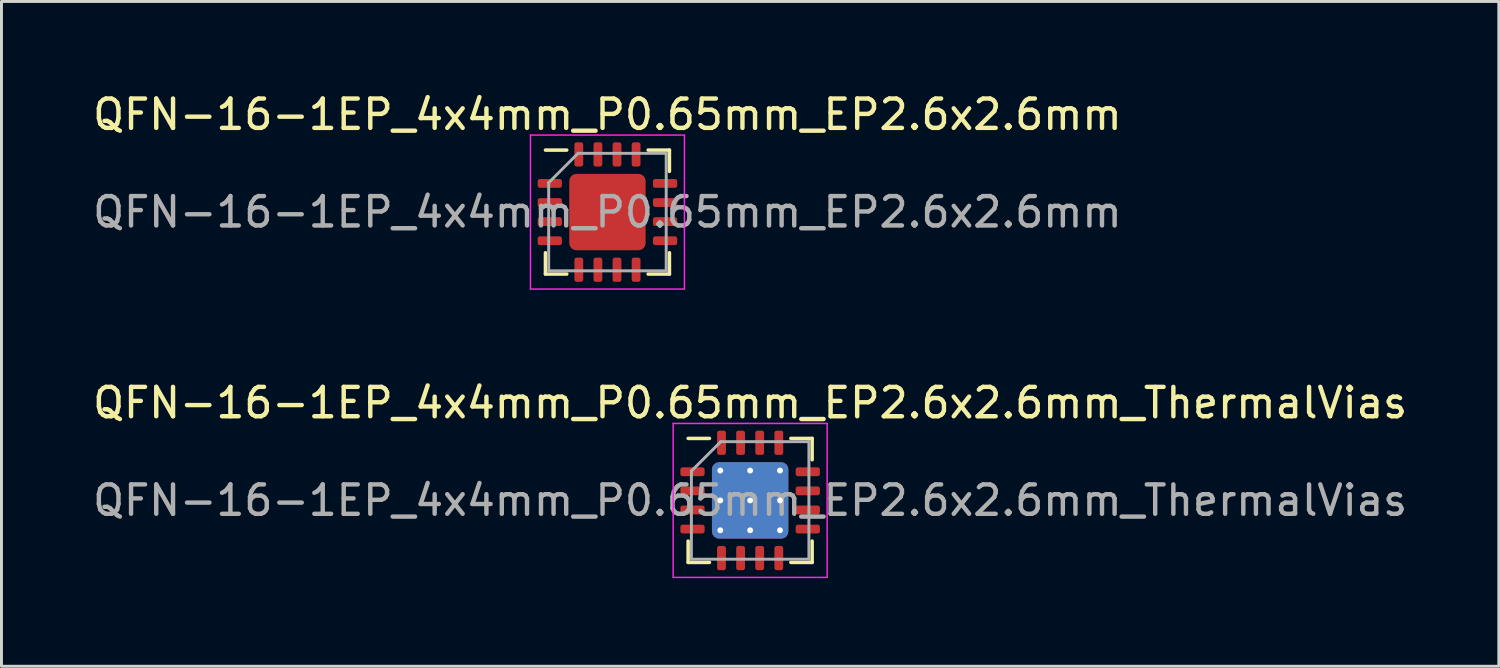
<source format=kicad_pcb>
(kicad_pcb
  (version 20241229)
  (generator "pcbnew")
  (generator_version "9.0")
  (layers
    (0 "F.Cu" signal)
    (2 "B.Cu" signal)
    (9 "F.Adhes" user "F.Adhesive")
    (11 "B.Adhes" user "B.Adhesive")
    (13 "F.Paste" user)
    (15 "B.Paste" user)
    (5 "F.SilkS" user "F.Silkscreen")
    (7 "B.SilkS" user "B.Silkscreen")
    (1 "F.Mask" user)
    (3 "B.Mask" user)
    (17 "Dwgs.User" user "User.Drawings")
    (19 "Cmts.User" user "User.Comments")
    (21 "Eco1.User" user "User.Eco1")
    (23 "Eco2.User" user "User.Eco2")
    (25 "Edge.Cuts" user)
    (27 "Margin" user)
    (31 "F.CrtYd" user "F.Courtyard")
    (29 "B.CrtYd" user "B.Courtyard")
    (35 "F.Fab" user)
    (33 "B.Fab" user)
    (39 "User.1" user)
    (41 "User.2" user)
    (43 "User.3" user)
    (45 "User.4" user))
  (footprint "QFN-16-1EP_4x4mm_P0.65mm_EP2.6x2.6mm_ThermalVias"
    (layer "F.Cu")
    (at 22.482 13.982)
    (property "Reference" "QFN-16-1EP_4x4mm_P0.65mm_EP2.6x2.6mm_ThermalVias" (at 0 -3.32 0) (layer "F.SilkS") (effects (font (size 1 1) (thickness 0.15))))
    (attr smd)
    (fp_line (start -2.11 2.11) (end -2.11 1.385) (stroke (width 0.12) (type solid)) (layer "F.SilkS"))
    (fp_line (start -1.385 -2.11) (end -2.11 -2.11) (stroke (width 0.12) (type solid)) (layer "F.SilkS"))
    (fp_line (start -1.385 2.11) (end -2.11 2.11) (stroke (width 0.12) (type solid)) (layer "F.SilkS"))
    (fp_line (start 1.385 -2.11) (end 2.11 -2.11) (stroke (width 0.12) (type solid)) (layer "F.SilkS"))
    (fp_line (start 1.385 2.11) (end 2.11 2.11) (stroke (width 0.12) (type solid)) (layer "F.SilkS"))
    (fp_line (start 2.11 -2.11) (end 2.11 -1.385) (stroke (width 0.12) (type solid)) (layer "F.SilkS"))
    (fp_line (start 2.11 2.11) (end 2.11 1.385) (stroke (width 0.12) (type solid)) (layer "F.SilkS"))
    (fp_line (start -2.62 -2.62) (end -2.62 2.62) (stroke (width 0.05) (type solid)) (layer "F.CrtYd"))
    (fp_line (start -2.62 2.62) (end 2.62 2.62) (stroke (width 0.05) (type solid)) (layer "F.CrtYd"))
    (fp_line (start 2.62 -2.62) (end -2.62 -2.62) (stroke (width 0.05) (type solid)) (layer "F.CrtYd"))
    (fp_line (start 2.62 2.62) (end 2.62 -2.62) (stroke (width 0.05) (type solid)) (layer "F.CrtYd"))
    (fp_line (start -2 -1) (end -1 -2) (stroke (width 0.1) (type solid)) (layer "F.Fab"))
    (fp_line (start -2 2) (end -2 -1) (stroke (width 0.1) (type solid)) (layer "F.Fab"))
    (fp_line (start -1 -2) (end 2 -2) (stroke (width 0.1) (type solid)) (layer "F.Fab"))
    (fp_line (start 2 -2) (end 2 2) (stroke (width 0.1) (type solid)) (layer "F.Fab"))
    (fp_line (start 2 2) (end -2 2) (stroke (width 0.1) (type solid)) (layer "F.Fab"))
    (fp_text user "${REFERENCE}" (at 0 0 0) (layer "F.Fab") (effects (font (size 1 1) (thickness 0.15))))
    (pad "" smd roundrect (at -0.675 -0.675) (size 1.17 1.17) (layers "F.Paste") (roundrect_rratio 0.214))
    (pad "" smd roundrect (at -0.675 0.675) (size 1.17 1.17) (layers "F.Paste") (roundrect_rratio 0.214))
    (pad "" smd roundrect (at 0.675 -0.675) (size 1.17 1.17) (layers "F.Paste") (roundrect_rratio 0.214))
    (pad "" smd roundrect (at 0.675 0.675) (size 1.17 1.17) (layers "F.Paste") (roundrect_rratio 0.214))
    (pad "1" smd roundrect (at -1.962 -0.975) (size 0.825 0.3) (layers "F.Cu" "F.Mask" "F.Paste") (roundrect_rratio 0.25))
    (pad "2" smd roundrect (at -1.962 -0.325) (size 0.825 0.3) (layers "F.Cu" "F.Mask" "F.Paste") (roundrect_rratio 0.25))
    (pad "3" smd roundrect (at -1.962 0.325) (size 0.825 0.3) (layers "F.Cu" "F.Mask" "F.Paste") (roundrect_rratio 0.25))
    (pad "4" smd roundrect (at -1.962 0.975) (size 0.825 0.3) (layers "F.Cu" "F.Mask" "F.Paste") (roundrect_rratio 0.25))
    (pad "5" smd roundrect (at -0.975 1.962) (size 0.3 0.825) (layers "F.Cu" "F.Mask" "F.Paste") (roundrect_rratio 0.25))
    (pad "6" smd roundrect (at -0.325 1.962) (size 0.3 0.825) (layers "F.Cu" "F.Mask" "F.Paste") (roundrect_rratio 0.25))
    (pad "7" smd roundrect (at 0.325 1.962) (size 0.3 0.825) (layers "F.Cu" "F.Mask" "F.Paste") (roundrect_rratio 0.25))
    (pad "8" smd roundrect (at 0.975 1.962) (size 0.3 0.825) (layers "F.Cu" "F.Mask" "F.Paste") (roundrect_rratio 0.25))
    (pad "9" smd roundrect (at 1.962 0.975) (size 0.825 0.3) (layers "F.Cu" "F.Mask" "F.Paste") (roundrect_rratio 0.25))
    (pad "10" smd roundrect (at 1.962 0.325) (size 0.825 0.3) (layers "F.Cu" "F.Mask" "F.Paste") (roundrect_rratio 0.25))
    (pad "11" smd roundrect (at 1.962 -0.325) (size 0.825 0.3) (layers "F.Cu" "F.Mask" "F.Paste") (roundrect_rratio 0.25))
    (pad "12" smd roundrect (at 1.962 -0.975) (size 0.825 0.3) (layers "F.Cu" "F.Mask" "F.Paste") (roundrect_rratio 0.25))
    (pad "13" smd roundrect (at 0.975 -1.962) (size 0.3 0.825) (layers "F.Cu" "F.Mask" "F.Paste") (roundrect_rratio 0.25))
    (pad "14" smd roundrect (at 0.325 -1.962) (size 0.3 0.825) (layers "F.Cu" "F.Mask" "F.Paste") (roundrect_rratio 0.25))
    (pad "15" smd roundrect (at -0.325 -1.962) (size 0.3 0.825) (layers "F.Cu" "F.Mask" "F.Paste") (roundrect_rratio 0.25))
    (pad "16" smd roundrect (at -0.975 -1.962) (size 0.3 0.825) (layers "F.Cu" "F.Mask" "F.Paste") (roundrect_rratio 0.25))
    (pad "17" thru_hole circle (at -1.016 -1.016) (size 0.5 0.5) (drill 0.2) (layers "*.Cu"))
    (pad "17" thru_hole circle (at -1.016 0) (size 0.5 0.5) (drill 0.2) (layers "*.Cu"))
    (pad "17" thru_hole circle (at -1.016 1.016) (size 0.5 0.5) (drill 0.2) (layers "*.Cu"))
    (pad "17" thru_hole circle (at 0 -1.016) (size 0.5 0.5) (drill 0.2) (layers "*.Cu"))
    (pad "17" thru_hole circle (at 0 0) (size 0.5 0.5) (drill 0.2) (layers "*.Cu"))
    (pad "17" smd roundrect (at 0 0) (size 2.6 2.6) (layers "F.Cu" "F.Mask") (roundrect_rratio 0.093))
    (pad "17" smd roundrect (at 0 0) (size 2.6 2.6) (layers "B.Cu") (roundrect_rratio 0.093))
    (pad "17" thru_hole circle (at 0 1.016) (size 0.5 0.5) (drill 0.2) (layers "*.Cu"))
    (pad "17" thru_hole circle (at 1.016 -1.016) (size 0.5 0.5) (drill 0.2) (layers "*.Cu"))
    (pad "17" thru_hole circle (at 1.016 0) (size 0.5 0.5) (drill 0.2) (layers "*.Cu"))
    (pad "17" thru_hole circle (at 1.016 1.016) (size 0.5 0.5) (drill 0.2) (layers "*.Cu")))
  (footprint "QFN-16-1EP_4x4mm_P0.65mm_EP2.6x2.6mm"
    (layer "F.Cu")
    (at 17.625 4.168)
    (property "Reference" "QFN-16-1EP_4x4mm_P0.65mm_EP2.6x2.6mm" (at 0 -3.32 0) (layer "F.SilkS") (effects (font (size 1 1) (thickness 0.15))))
    (attr smd)
    (fp_line (start -2.11 2.11) (end -2.11 1.385) (stroke (width 0.12) (type solid)) (layer "F.SilkS"))
    (fp_line (start -1.385 -2.11) (end -2.11 -2.11) (stroke (width 0.12) (type solid)) (layer "F.SilkS"))
    (fp_line (start -1.385 2.11) (end -2.11 2.11) (stroke (width 0.12) (type solid)) (layer "F.SilkS"))
    (fp_line (start 1.385 -2.11) (end 2.11 -2.11) (stroke (width 0.12) (type solid)) (layer "F.SilkS"))
    (fp_line (start 1.385 2.11) (end 2.11 2.11) (stroke (width 0.12) (type solid)) (layer "F.SilkS"))
    (fp_line (start 2.11 -2.11) (end 2.11 -1.385) (stroke (width 0.12) (type solid)) (layer "F.SilkS"))
    (fp_line (start 2.11 2.11) (end 2.11 1.385) (stroke (width 0.12) (type solid)) (layer "F.SilkS"))
    (fp_line (start -2.62 -2.62) (end -2.62 2.62) (stroke (width 0.05) (type solid)) (layer "F.CrtYd"))
    (fp_line (start -2.62 2.62) (end 2.62 2.62) (stroke (width 0.05) (type solid)) (layer "F.CrtYd"))
    (fp_line (start 2.62 -2.62) (end -2.62 -2.62) (stroke (width 0.05) (type solid)) (layer "F.CrtYd"))
    (fp_line (start 2.62 2.62) (end 2.62 -2.62) (stroke (width 0.05) (type solid)) (layer "F.CrtYd"))
    (fp_line (start -2 -1) (end -1 -2) (stroke (width 0.1) (type solid)) (layer "F.Fab"))
    (fp_line (start -2 2) (end -2 -1) (stroke (width 0.1) (type solid)) (layer "F.Fab"))
    (fp_line (start -1 -2) (end 2 -2) (stroke (width 0.1) (type solid)) (layer "F.Fab"))
    (fp_line (start 2 -2) (end 2 2) (stroke (width 0.1) (type solid)) (layer "F.Fab"))
    (fp_line (start 2 2) (end -2 2) (stroke (width 0.1) (type solid)) (layer "F.Fab"))
    (fp_text user "${REFERENCE}" (at 0 0 0) (layer "F.Fab") (effects (font (size 1 1) (thickness 0.15))))
    (pad "" smd roundrect (at -0.675 -0.675) (size 1.17 1.17) (layers "F.Paste") (roundrect_rratio 0.214))
    (pad "" smd roundrect (at -0.675 0.675) (size 1.17 1.17) (layers "F.Paste") (roundrect_rratio 0.214))
    (pad "" smd roundrect (at 0.675 -0.675) (size 1.17 1.17) (layers "F.Paste") (roundrect_rratio 0.214))
    (pad "" smd roundrect (at 0.675 0.675) (size 1.17 1.17) (layers "F.Paste") (roundrect_rratio 0.214))
    (pad "1" smd roundrect (at -1.962 -0.975) (size 0.825 0.3) (layers "F.Cu" "F.Mask" "F.Paste") (roundrect_rratio 0.25))
    (pad "2" smd roundrect (at -1.962 -0.325) (size 0.825 0.3) (layers "F.Cu" "F.Mask" "F.Paste") (roundrect_rratio 0.25))
    (pad "3" smd roundrect (at -1.962 0.325) (size 0.825 0.3) (layers "F.Cu" "F.Mask" "F.Paste") (roundrect_rratio 0.25))
    (pad "4" smd roundrect (at -1.962 0.975) (size 0.825 0.3) (layers "F.Cu" "F.Mask" "F.Paste") (roundrect_rratio 0.25))
    (pad "5" smd roundrect (at -0.975 1.962) (size 0.3 0.825) (layers "F.Cu" "F.Mask" "F.Paste") (roundrect_rratio 0.25))
    (pad "6" smd roundrect (at -0.325 1.962) (size 0.3 0.825) (layers "F.Cu" "F.Mask" "F.Paste") (roundrect_rratio 0.25))
    (pad "7" smd roundrect (at 0.325 1.962) (size 0.3 0.825) (layers "F.Cu" "F.Mask" "F.Paste") (roundrect_rratio 0.25))
    (pad "8" smd roundrect (at 0.975 1.962) (size 0.3 0.825) (layers "F.Cu" "F.Mask" "F.Paste") (roundrect_rratio 0.25))
    (pad "9" smd roundrect (at 1.962 0.975) (size 0.825 0.3) (layers "F.Cu" "F.Mask" "F.Paste") (roundrect_rratio 0.25))
    (pad "10" smd roundrect (at 1.962 0.325) (size 0.825 0.3) (layers "F.Cu" "F.Mask" "F.Paste") (roundrect_rratio 0.25))
    (pad "11" smd roundrect (at 1.962 -0.325) (size 0.825 0.3) (layers "F.Cu" "F.Mask" "F.Paste") (roundrect_rratio 0.25))
    (pad "12" smd roundrect (at 1.962 -0.975) (size 0.825 0.3) (layers "F.Cu" "F.Mask" "F.Paste") (roundrect_rratio 0.25))
    (pad "13" smd roundrect (at 0.975 -1.962) (size 0.3 0.825) (layers "F.Cu" "F.Mask" "F.Paste") (roundrect_rratio 0.25))
    (pad "14" smd roundrect (at 0.325 -1.962) (size 0.3 0.825) (layers "F.Cu" "F.Mask" "F.Paste") (roundrect_rratio 0.25))
    (pad "15" smd roundrect (at -0.325 -1.962) (size 0.3 0.825) (layers "F.Cu" "F.Mask" "F.Paste") (roundrect_rratio 0.25))
    (pad "16" smd roundrect (at -0.975 -1.962) (size 0.3 0.825) (layers "F.Cu" "F.Mask" "F.Paste") (roundrect_rratio 0.25))
    (pad "17" smd roundrect (at 0 0) (size 2.6 2.6) (layers "F.Cu" "F.Mask") (roundrect_rratio 0.093)))
  (gr_rect
    (start -3 -3)
    (end 47.964 19.627)
    (stroke (width 0.1) (type default))
    (fill no)
    (layer "Edge.Cuts")))
</source>
